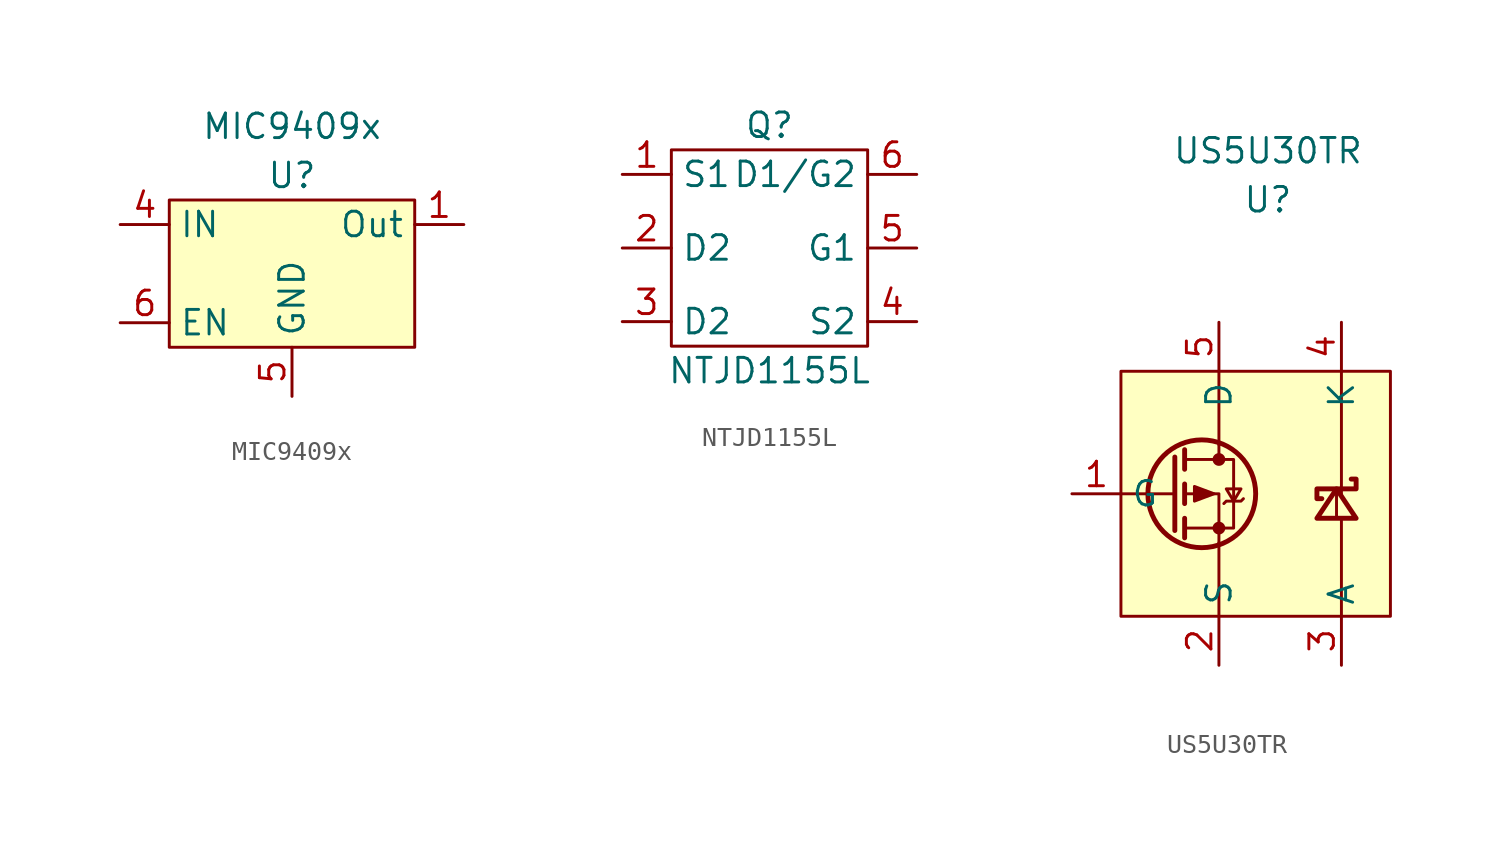
<source format=kicad_sym>
(kicad_symbol_lib
  (version 20211014)
  (generator kicad_symbol_editor)
  (symbol "MIC9409x"
    (property "Reference" "U"
      (at 0 0 0)
      (effects (font (size 1.27 1.27))))
    (property "Value" "MIC9409x"
      (at 0 2.54 0)
      (effects (font (size 1.27 1.27))))
    (symbol "MIC9409x_0_1"
      (rectangle (start -6.35 -1.27) (end 6.35 -8.89) (stroke (width 0) (type default) (color 0 0 0 0)) (fill (type background))))
    (symbol "MIC9409x_1_1"
      (pin output line (at 8.89 -2.54 180) (length 2.54) (name "Out" (effects (font (size 1.27 1.27)))) (number "1" (effects (font (size 1.27 1.27)))))
      (pin passive line (at 0 -11.43 90) (length 2.54) hide (name "GND" (effects (font (size 1.27 1.27)))) (number "2" (effects (font (size 1.27 1.27)))))
      (pin no_connect line (at 8.89 -7.62 180) (length 2.54) hide (name "NC" (effects (font (size 1.27 1.27)))) (number "3" (effects (font (size 1.27 1.27)))))
      (pin input line (at -8.89 -2.54 0) (length 2.54) (name "IN" (effects (font (size 1.27 1.27)))) (number "4" (effects (font (size 1.27 1.27)))))
      (pin input line (at 0 -11.43 90) (length 2.54) (name "GND" (effects (font (size 1.27 1.27)))) (number "5" (effects (font (size 1.27 1.27)))))
      (pin input line (at -8.89 -7.62 0) (length 2.54) (name "EN" (effects (font (size 1.27 1.27)))) (number "6" (effects (font (size 1.27 1.27)))))))
  (symbol "NTJD1155L"
    (property "Reference" "Q"
      (at 0 5.08 0)
      (effects (font (size 1.27 1.27))))
    (property "Value" "NTJD1155L"
      (at 0 -7.62 0)
      (effects (font (size 1.27 1.27))))
    (symbol "NTJD1155L_0_1"
      (rectangle (start -5.08 3.81) (end 5.08 -6.35) (stroke (width 0) (type default) (color 0 0 0 0)) (fill (type none))))
    (symbol "NTJD1155L_1_1"
      (pin input line (at -7.62 2.54 0) (length 2.54) (name "S1" (effects (font (size 1.27 1.27)))) (number "1" (effects (font (size 1.27 1.27)))))
      (pin output line (at -7.62 -1.27 0) (length 2.54) (name "D2" (effects (font (size 1.27 1.27)))) (number "2" (effects (font (size 1.27 1.27)))))
      (pin output line (at -7.62 -5.08 0) (length 2.54) (name "D2" (effects (font (size 1.27 1.27)))) (number "3" (effects (font (size 1.27 1.27)))))
      (pin input line (at 7.62 -5.08 180) (length 2.54) (name "S2" (effects (font (size 1.27 1.27)))) (number "4" (effects (font (size 1.27 1.27)))))
      (pin input line (at 7.62 -1.27 180) (length 2.54) (name "G1" (effects (font (size 1.27 1.27)))) (number "5" (effects (font (size 1.27 1.27)))))
      (pin bidirectional line (at 7.62 2.54 180) (length 2.54) (name "D1/G2" (effects (font (size 1.27 1.27)))) (number "6" (effects (font (size 1.27 1.27)))))))
  (symbol "US5U30TR"
    (property "Reference" "U"
      (at 0 0 0)
      (effects (font (size 1.27 1.27))))
    (property "Value" "US5U30TR"
      (at 0 2.54 0)
      (effects (font (size 1.27 1.27))))
    (symbol "US5U30TR_0_1"
      (circle (center -3.429 -15.24) (radius 2.794) (stroke (width 0.254) (type default) (color 0 0 0 0)) (fill (type none)))
      (circle (center -2.54 -17.018) (radius 0.254) (stroke (width 0) (type default) (color 0 0 0 0)) (fill (type outline)))
      (circle (center -2.54 -13.462) (radius 0.254) (stroke (width 0) (type default) (color 0 0 0 0)) (fill (type outline)))
      (polyline (pts (xy -4.826 -15.24) (xy -7.62 -15.24)) (stroke (width 0) (type default) (color 0 0 0 0)) (fill (type none)))
      (polyline (pts (xy -4.826 -13.335) (xy -4.826 -17.145)) (stroke (width 0.254) (type default) (color 0 0 0 0)) (fill (type none)))
      (polyline (pts (xy -4.318 -16.51) (xy -4.318 -17.526)) (stroke (width 0.254) (type default) (color 0 0 0 0)) (fill (type none)))
      (polyline (pts (xy -4.318 -14.732) (xy -4.318 -15.748)) (stroke (width 0.254) (type default) (color 0 0 0 0)) (fill (type none)))
      (polyline (pts (xy -4.318 -12.954) (xy -4.318 -13.97)) (stroke (width 0.254) (type default) (color 0 0 0 0)) (fill (type none)))
      (polyline (pts (xy -2.54 -21.59) (xy -2.54 -17.78)) (stroke (width 0) (type default) (color 0 0 0 0)) (fill (type none)))
      (polyline (pts (xy -2.54 -12.7) (xy -2.54 -13.462)) (stroke (width 0) (type default) (color 0 0 0 0)) (fill (type none)))
      (polyline (pts (xy -2.54 -8.89) (xy -2.54 -12.7)) (stroke (width 0) (type default) (color 0 0 0 0)) (fill (type none)))
      (polyline (pts (xy 3.556 -14.986) (xy 3.556 -16.51)) (stroke (width 0) (type default) (color 0 0 0 0)) (fill (type none)))
      (polyline (pts (xy 3.81 -21.59) (xy 3.81 -16.51)) (stroke (width 0) (type default) (color 0 0 0 0)) (fill (type none)))
      (polyline (pts (xy 3.81 -8.89) (xy 3.81 -15.24)) (stroke (width 0) (type default) (color 0 0 0 0)) (fill (type none)))
      (polyline (pts (xy -2.54 -17.78) (xy -2.54 -15.24) (xy -4.318 -15.24)) (stroke (width 0) (type default) (color 0 0 0 0)) (fill (type none)))
      (polyline (pts (xy -4.318 -13.462) (xy -1.778 -13.462) (xy -1.778 -17.018) (xy -4.318 -17.018)) (stroke (width 0) (type default) (color 0 0 0 0)) (fill (type none)))
      (polyline (pts (xy -2.794 -15.24) (xy -3.81 -14.859) (xy -3.81 -15.621) (xy -2.794 -15.24)) (stroke (width 0) (type default) (color 0 0 0 0)) (fill (type outline)))
      (polyline (pts (xy -2.286 -15.748) (xy -2.159 -15.621) (xy -1.397 -15.621) (xy -1.27 -15.494)) (stroke (width 0) (type default) (color 0 0 0 0)) (fill (type none)))
      (polyline (pts (xy -1.778 -15.621) (xy -2.159 -14.986) (xy -1.397 -14.986) (xy -1.778 -15.621)) (stroke (width 0) (type default) (color 0 0 0 0)) (fill (type none)))
      (polyline (pts (xy 2.54 -16.51) (xy 3.556 -14.986) (xy 4.572 -16.51) (xy 2.54 -16.51)) (stroke (width 0.254) (type default) (color 0 0 0 0)) (fill (type none)))
      (polyline (pts (xy 4.318 -14.478) (xy 4.572 -14.478) (xy 4.572 -14.986) (xy 2.54 -14.986) (xy 2.54 -15.494) (xy 2.794 -15.494)) (stroke (width 0.254) (type default) (color 0 0 0 0)) (fill (type none)))
      (rectangle (start 6.35 -8.89) (end -7.62 -21.59) (stroke (width 0) (type default) (color 0 0 0 0)) (fill (type background))))
    (symbol "US5U30TR_1_1"
      (pin input line (at -10.16 -15.24 0) (length 2.54) (name "G" (effects (font (size 1.27 1.27)))) (number "1" (effects (font (size 1.27 1.27)))))
      (pin passive line (at -2.54 -24.13 90) (length 2.54) (name "S" (effects (font (size 1.27 1.27)))) (number "2" (effects (font (size 1.27 1.27)))))
      (pin passive line (at 3.81 -24.13 90) (length 2.54) (name "A" (effects (font (size 1.27 1.27)))) (number "3" (effects (font (size 1.27 1.27)))))
      (pin passive line (at 3.81 -6.35 270) (length 2.54) (name "K" (effects (font (size 1.27 1.27)))) (number "4" (effects (font (size 1.27 1.27)))))
      (pin passive line (at -2.54 -6.35 270) (length 2.54) (name "D" (effects (font (size 1.27 1.27)))) (number "5" (effects (font (size 1.27 1.27))))))))
</source>
